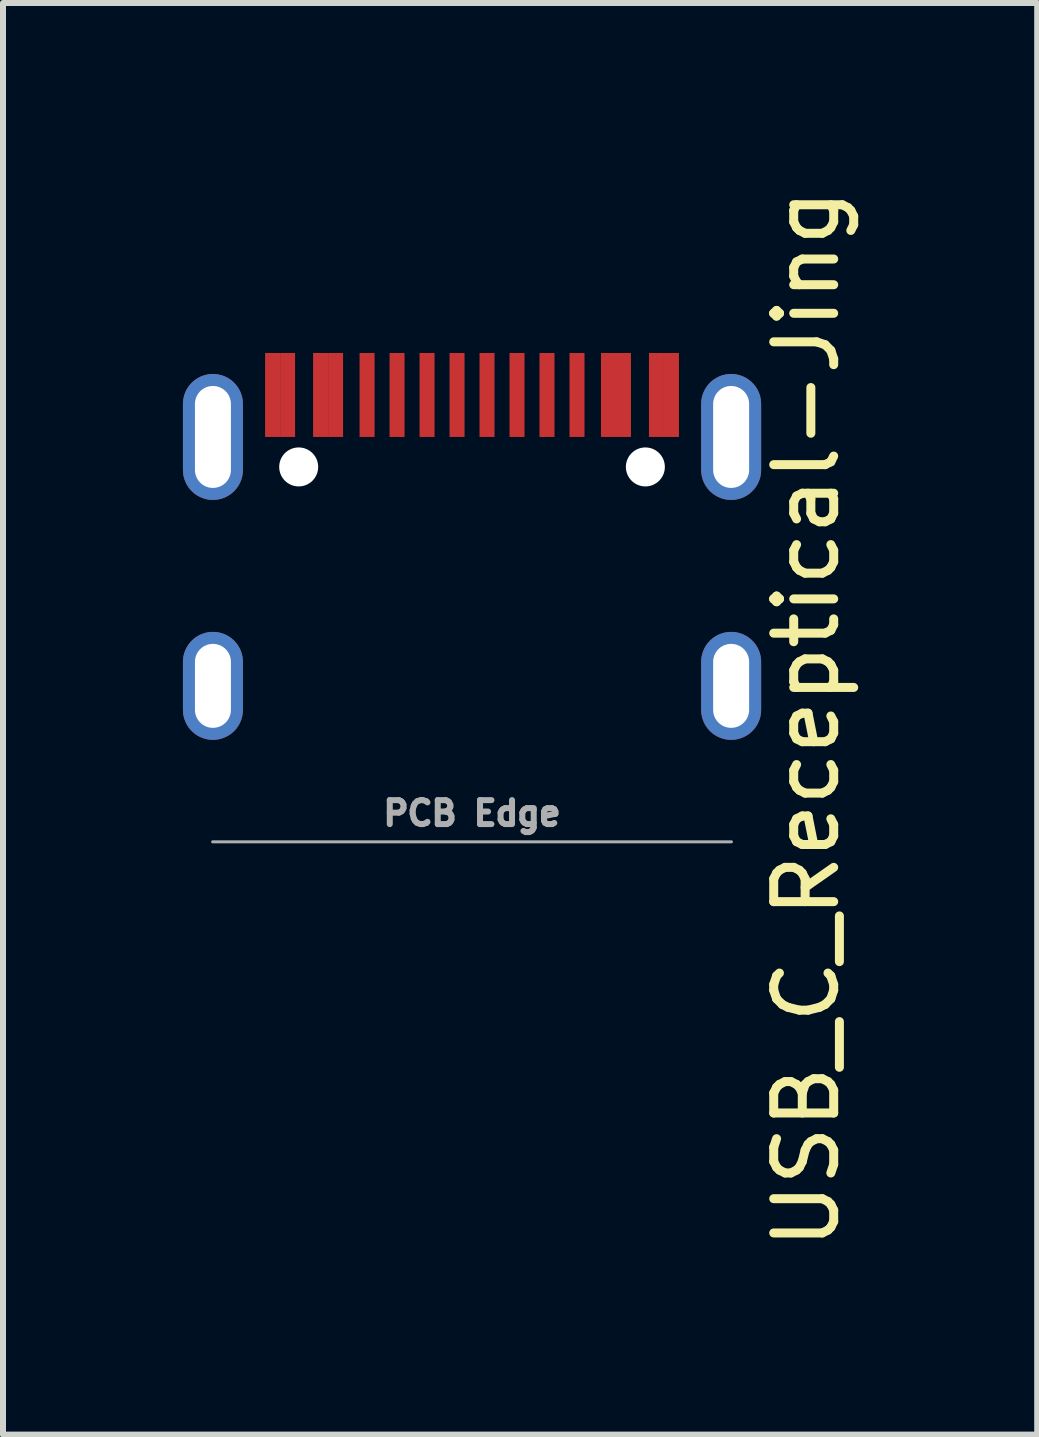
<source format=kicad_pcb>
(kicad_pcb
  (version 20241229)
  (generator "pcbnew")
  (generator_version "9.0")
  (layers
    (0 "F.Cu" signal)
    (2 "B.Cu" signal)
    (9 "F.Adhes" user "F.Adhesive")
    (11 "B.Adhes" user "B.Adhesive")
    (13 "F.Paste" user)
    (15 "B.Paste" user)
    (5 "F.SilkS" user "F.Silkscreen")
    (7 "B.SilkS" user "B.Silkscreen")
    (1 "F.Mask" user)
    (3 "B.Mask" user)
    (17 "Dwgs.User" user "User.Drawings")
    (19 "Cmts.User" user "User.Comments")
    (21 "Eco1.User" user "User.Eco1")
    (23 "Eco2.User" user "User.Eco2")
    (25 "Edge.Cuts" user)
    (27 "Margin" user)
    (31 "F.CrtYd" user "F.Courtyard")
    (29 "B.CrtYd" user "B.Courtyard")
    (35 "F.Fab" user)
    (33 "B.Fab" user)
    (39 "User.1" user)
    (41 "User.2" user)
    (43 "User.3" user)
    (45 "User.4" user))
  (footprint "USB_C_Receptical-Jing"
    (layer "F.Cu")
    (at 4.82 4.235)
    (property "Reference" "USB_C_Receptical-Jing" (at 5.575 4.7 90) (layer "F.SilkS") (effects (font (size 1 1) (thickness 0.15))))
    (attr through_hole)
    (fp_line (start -4.325 6.75) (end 4.325 6.75) (stroke (width 0.05) (type solid)) (layer "F.Fab"))
    (fp_text user "PCB Edge" (at 0 6.275 0) (layer "F.Fab") (effects (font (size 0.4 0.4) (thickness 0.1))))
    (pad "" np_thru_hole circle (at -2.89 0.5) (size 0.65 0.65) (drill 0.65) (layers "*.Cu" "*.Mask"))
    (pad "" np_thru_hole circle (at 2.89 0.5) (size 0.65 0.65) (drill 0.65) (layers "*.Cu" "*.Mask"))
    (pad "A1" smd rect (at -3.325 -0.7) (size 0.25 1.4) (layers "F.Cu" "F.Mask" "F.Paste"))
    (pad "A4" smd rect (at -2.525 -0.7) (size 0.25 1.4) (layers "F.Cu" "F.Mask" "F.Paste"))
    (pad "A5" smd rect (at -1.25 -0.7) (size 0.25 1.4) (layers "F.Cu" "F.Mask" "F.Paste"))
    (pad "A6" smd rect (at -0.25 -0.7) (size 0.25 1.4) (layers "F.Cu" "F.Mask" "F.Paste"))
    (pad "A7" smd rect (at 0.25 -0.7) (size 0.25 1.4) (layers "F.Cu" "F.Mask" "F.Paste"))
    (pad "A8" smd rect (at -1.75 -0.7) (size 0.25 1.4) (layers "F.Cu" "F.Mask" "F.Paste"))
    (pad "A9" smd rect (at 2.525 -0.7) (size 0.25 1.4) (layers "F.Cu" "F.Mask" "F.Paste"))
    (pad "A12" smd rect (at 3.325 -0.7) (size 0.25 1.4) (layers "F.Cu" "F.Mask" "F.Paste"))
    (pad "B1" smd rect (at 3.075 -0.7) (size 0.25 1.4) (layers "F.Cu" "F.Mask" "F.Paste"))
    (pad "B4" smd rect (at 2.275 -0.7) (size 0.25 1.4) (layers "F.Cu" "F.Mask" "F.Paste"))
    (pad "B5" smd rect (at 1.25 -0.7) (size 0.25 1.4) (layers "F.Cu" "F.Mask" "F.Paste"))
    (pad "B5" smd rect (at 1.75 -0.7) (size 0.25 1.4) (layers "F.Cu" "F.Mask" "F.Paste"))
    (pad "B6" smd rect (at 0.75 -0.7) (size 0.25 1.4) (layers "F.Cu" "F.Mask" "F.Paste"))
    (pad "B7" smd rect (at -0.75 -0.7) (size 0.25 1.4) (layers "F.Cu" "F.Mask" "F.Paste"))
    (pad "B9" smd rect (at -2.275 -0.7) (size 0.25 1.4) (layers "F.Cu" "F.Mask" "F.Paste"))
    (pad "B12" smd rect (at -3.075 -0.7) (size 0.25 1.4) (layers "F.Cu" "F.Mask" "F.Paste"))
    (pad "S1" thru_hole oval (at -4.32 0) (size 1 2.1) (drill oval 0.6 1.7) (layers "*.Cu" "*.Mask"))
    (pad "S1" thru_hole oval (at -4.32 4.15) (size 1 1.8) (drill oval 0.6 1.4) (layers "*.Cu" "*.Mask"))
    (pad "S1" thru_hole oval (at 4.32 0) (size 1 2.1) (drill oval 0.6 1.7) (layers "*.Cu" "*.Mask"))
    (pad "S1" thru_hole oval (at 4.32 4.15) (size 1 1.8) (drill oval 0.6 1.4) (layers "*.Cu" "*.Mask")))
  (gr_rect
    (start -3 -3)
    (end 14.243 20.869)
    (stroke (width 0.1) (type default))
    (fill no)
    (layer "Edge.Cuts")))
</source>
